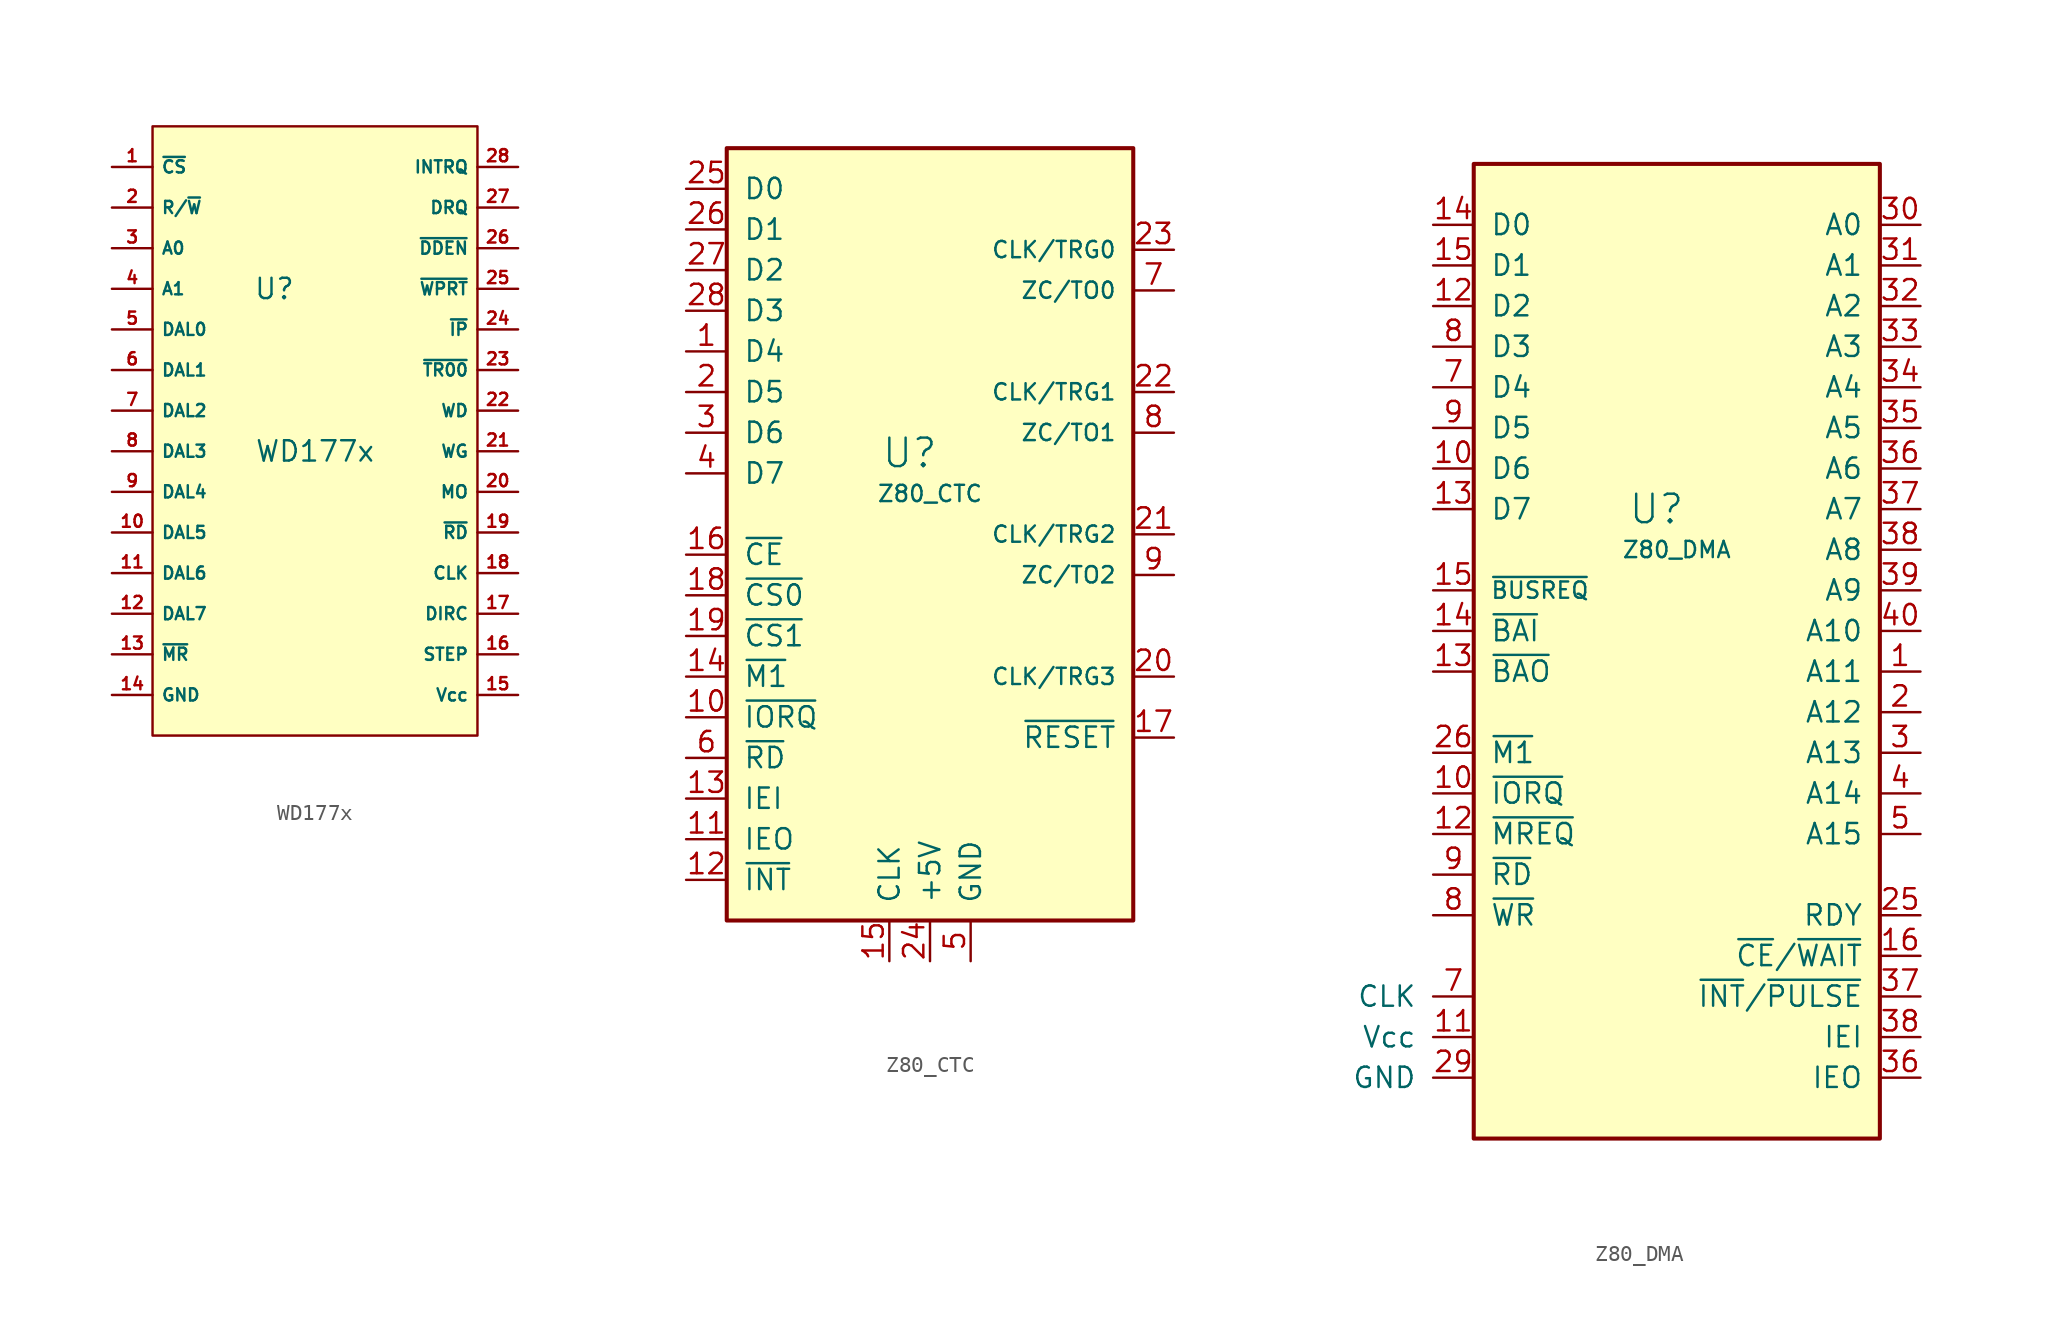
<source format=kicad_sym>
(kicad_symbol_lib
  (version 20211014)
  (generator kicad_symbol_editor)
  (symbol "WD177x"
    (property "Reference" "U"
      (at 20.32 33.02 0)
      (effects (font (size 1.27 1.27))))
    (property "Value" "WD177x"
      (at 22.86 22.86 0)
      (effects (font (size 1.27 1.27))))
    (symbol "WD177x_0_1"
      (rectangle (start 12.7 43.18) (end 33.02 5.08) (stroke (width 0.152) (type default) (color 0 0 0 0)) (fill (type background))))
    (symbol "WD177x_1_1"
      (pin input line (at 10.16 40.64 0) (length 2.54) (name "~{CS}" (effects (font (size 0.762 0.762)))) (number "1" (effects (font (size 0.762 0.762)))))
      (pin bidirectional line (at 10.16 17.78 0) (length 2.54) (name "DAL5" (effects (font (size 0.762 0.762)))) (number "10" (effects (font (size 0.762 0.762)))))
      (pin bidirectional line (at 10.16 15.24 0) (length 2.54) (name "DAL6" (effects (font (size 0.762 0.762)))) (number "11" (effects (font (size 0.762 0.762)))))
      (pin bidirectional line (at 10.16 12.7 0) (length 2.54) (name "DAL7" (effects (font (size 0.762 0.762)))) (number "12" (effects (font (size 0.762 0.762)))))
      (pin input line (at 10.16 10.16 0) (length 2.54) (name "~{MR}" (effects (font (size 0.762 0.762)))) (number "13" (effects (font (size 0.762 0.762)))))
      (pin input line (at 10.16 7.62 0) (length 2.54) (name "GND" (effects (font (size 0.762 0.762)))) (number "14" (effects (font (size 0.762 0.762)))))
      (pin bidirectional line (at 35.56 7.62 180) (length 2.54) (name "Vcc" (effects (font (size 0.762 0.762)))) (number "15" (effects (font (size 0.762 0.762)))))
      (pin output line (at 35.56 10.16 180) (length 2.54) (name "STEP" (effects (font (size 0.762 0.762)))) (number "16" (effects (font (size 0.762 0.762)))))
      (pin output line (at 35.56 12.7 180) (length 2.54) (name "DIRC" (effects (font (size 0.762 0.762)))) (number "17" (effects (font (size 0.762 0.762)))))
      (pin input line (at 35.56 15.24 180) (length 2.54) (name "CLK" (effects (font (size 0.762 0.762)))) (number "18" (effects (font (size 0.762 0.762)))))
      (pin input line (at 35.56 17.78 180) (length 2.54) (name "~{RD}" (effects (font (size 0.762 0.762)))) (number "19" (effects (font (size 0.762 0.762)))))
      (pin input line (at 10.16 38.1 0) (length 2.54) (name "R/~{W}" (effects (font (size 0.762 0.762)))) (number "2" (effects (font (size 0.762 0.762)))))
      (pin output line (at 35.56 20.32 180) (length 2.54) (name "MO" (effects (font (size 0.762 0.762)))) (number "20" (effects (font (size 0.762 0.762)))))
      (pin output line (at 35.56 22.86 180) (length 2.54) (name "WG" (effects (font (size 0.762 0.762)))) (number "21" (effects (font (size 0.762 0.762)))))
      (pin output line (at 35.56 25.4 180) (length 2.54) (name "WD" (effects (font (size 0.762 0.762)))) (number "22" (effects (font (size 0.762 0.762)))))
      (pin input line (at 35.56 27.94 180) (length 2.54) (name "~{TR00}" (effects (font (size 0.762 0.762)))) (number "23" (effects (font (size 0.762 0.762)))))
      (pin input line (at 35.56 30.48 180) (length 2.54) (name "~{IP}" (effects (font (size 0.762 0.762)))) (number "24" (effects (font (size 0.762 0.762)))))
      (pin input line (at 35.56 33.02 180) (length 2.54) (name "~{WPRT}" (effects (font (size 0.762 0.762)))) (number "25" (effects (font (size 0.762 0.762)))))
      (pin input line (at 35.56 35.56 180) (length 2.54) (name "~{DDEN}" (effects (font (size 0.762 0.762)))) (number "26" (effects (font (size 0.762 0.762)))))
      (pin input line (at 35.56 38.1 180) (length 2.54) (name "DRQ" (effects (font (size 0.762 0.762)))) (number "27" (effects (font (size 0.762 0.762)))))
      (pin input line (at 35.56 40.64 180) (length 2.54) (name "INTRQ" (effects (font (size 0.762 0.762)))) (number "28" (effects (font (size 0.762 0.762)))))
      (pin input line (at 10.16 35.56 0) (length 2.54) (name "A0" (effects (font (size 0.762 0.762)))) (number "3" (effects (font (size 0.762 0.762)))))
      (pin input line (at 10.16 33.02 0) (length 2.54) (name "A1" (effects (font (size 0.762 0.762)))) (number "4" (effects (font (size 0.762 0.762)))))
      (pin bidirectional line (at 10.16 30.48 0) (length 2.54) (name "DAL0" (effects (font (size 0.762 0.762)))) (number "5" (effects (font (size 0.762 0.762)))))
      (pin bidirectional line (at 10.16 27.94 0) (length 2.54) (name "DAL1" (effects (font (size 0.762 0.762)))) (number "6" (effects (font (size 0.762 0.762)))))
      (pin bidirectional line (at 10.16 25.4 0) (length 2.54) (name "DAL2" (effects (font (size 0.762 0.762)))) (number "7" (effects (font (size 0.762 0.762)))))
      (pin bidirectional line (at 10.16 22.86 0) (length 2.54) (name "DAL3" (effects (font (size 0.762 0.762)))) (number "8" (effects (font (size 0.762 0.762)))))
      (pin bidirectional line (at 10.16 20.32 0) (length 2.54) (name "DAL4" (effects (font (size 0.762 0.762)))) (number "9" (effects (font (size 0.762 0.762)))))))
  (symbol "Z80_CTC"
    (pin_names
      (offset 1.016))
    (property "Reference" "U"
      (at -1.27 13.97 0)
      (effects (font (size 1.778 1.778))))
    (property "Value" "Z80_CTC"
      (at 0 11.43 0)
      (effects (font (size 1.016 1.016))))
    (symbol "Z80_CTC_0_0"
      (rectangle (start 12.7 33.02) (end -12.7 -15.24) (stroke (width 0.254) (type default) (color 0 0 0 0)) (fill (type background))))
    (symbol "Z80_CTC_1_1"
      (pin bidirectional line (at -15.24 20.32 0) (length 2.54) (name "D4" (effects (font (size 1.27 1.27)))) (number "1" (effects (font (size 1.27 1.27)))))
      (pin input line (at -15.24 -2.54 0) (length 2.54) (name "~{IORQ}" (effects (font (size 1.27 1.27)))) (number "10" (effects (font (size 1.27 1.27)))))
      (pin output line (at -15.24 -10.16 0) (length 2.54) (name "IEO" (effects (font (size 1.27 1.27)))) (number "11" (effects (font (size 1.27 1.27)))))
      (pin output line (at -15.24 -12.7 0) (length 2.54) (name "~{INT}" (effects (font (size 1.27 1.27)))) (number "12" (effects (font (size 1.27 1.27)))))
      (pin input line (at -15.24 -7.62 0) (length 2.54) (name "IEI" (effects (font (size 1.27 1.27)))) (number "13" (effects (font (size 1.27 1.27)))))
      (pin input line (at -15.24 0 0) (length 2.54) (name "~{M1}" (effects (font (size 1.27 1.27)))) (number "14" (effects (font (size 1.27 1.27)))))
      (pin input line (at -2.54 -17.78 90) (length 2.54) (name "CLK" (effects (font (size 1.27 1.27)))) (number "15" (effects (font (size 1.27 1.27)))))
      (pin input line (at -15.24 7.62 0) (length 2.54) (name "~{CE}" (effects (font (size 1.27 1.27)))) (number "16" (effects (font (size 1.27 1.27)))))
      (pin input line (at 15.24 -3.81 180) (length 2.54) (name "~{RESET}" (effects (font (size 1.27 1.27)))) (number "17" (effects (font (size 1.27 1.27)))))
      (pin input line (at -15.24 5.08 0) (length 2.54) (name "~{CS0}" (effects (font (size 1.27 1.27)))) (number "18" (effects (font (size 1.27 1.27)))))
      (pin input line (at -15.24 2.54 0) (length 2.54) (name "~{CS1}" (effects (font (size 1.27 1.27)))) (number "19" (effects (font (size 1.27 1.27)))))
      (pin bidirectional line (at -15.24 17.78 0) (length 2.54) (name "D5" (effects (font (size 1.27 1.27)))) (number "2" (effects (font (size 1.27 1.27)))))
      (pin input line (at 15.24 0 180) (length 2.54) (name "CLK/TRG3" (effects (font (size 1.016 1.016)))) (number "20" (effects (font (size 1.27 1.27)))))
      (pin input line (at 15.24 8.89 180) (length 2.54) (name "CLK/TRG2" (effects (font (size 1.016 1.016)))) (number "21" (effects (font (size 1.27 1.27)))))
      (pin input line (at 15.24 17.78 180) (length 2.54) (name "CLK/TRG1" (effects (font (size 1.016 1.016)))) (number "22" (effects (font (size 1.27 1.27)))))
      (pin input line (at 15.24 26.67 180) (length 2.54) (name "CLK/TRG0" (effects (font (size 1.016 1.016)))) (number "23" (effects (font (size 1.27 1.27)))))
      (pin power_in line (at 0 -17.78 90) (length 2.54) (name "+5V" (effects (font (size 1.27 1.27)))) (number "24" (effects (font (size 1.27 1.27)))))
      (pin bidirectional line (at -15.24 30.48 0) (length 2.54) (name "D0" (effects (font (size 1.27 1.27)))) (number "25" (effects (font (size 1.27 1.27)))))
      (pin bidirectional line (at -15.24 27.94 0) (length 2.54) (name "D1" (effects (font (size 1.27 1.27)))) (number "26" (effects (font (size 1.27 1.27)))))
      (pin bidirectional line (at -15.24 25.4 0) (length 2.54) (name "D2" (effects (font (size 1.27 1.27)))) (number "27" (effects (font (size 1.27 1.27)))))
      (pin bidirectional line (at -15.24 22.86 0) (length 2.54) (name "D3" (effects (font (size 1.27 1.27)))) (number "28" (effects (font (size 1.27 1.27)))))
      (pin bidirectional line (at -15.24 15.24 0) (length 2.54) (name "D6" (effects (font (size 1.27 1.27)))) (number "3" (effects (font (size 1.27 1.27)))))
      (pin bidirectional line (at -15.24 12.7 0) (length 2.54) (name "D7" (effects (font (size 1.27 1.27)))) (number "4" (effects (font (size 1.27 1.27)))))
      (pin power_in line (at 2.54 -17.78 90) (length 2.54) (name "GND" (effects (font (size 1.27 1.27)))) (number "5" (effects (font (size 1.27 1.27)))))
      (pin input line (at -15.24 -5.08 0) (length 2.54) (name "~{RD}" (effects (font (size 1.27 1.27)))) (number "6" (effects (font (size 1.27 1.27)))))
      (pin output line (at 15.24 24.13 180) (length 2.54) (name "ZC/TO0" (effects (font (size 1.016 1.016)))) (number "7" (effects (font (size 1.27 1.27)))))
      (pin output line (at 15.24 15.24 180) (length 2.54) (name "ZC/TO1" (effects (font (size 1.016 1.016)))) (number "8" (effects (font (size 1.27 1.27)))))
      (pin output line (at 15.24 6.35 180) (length 2.54) (name "ZC/TO2" (effects (font (size 1.016 1.016)))) (number "9" (effects (font (size 1.27 1.27)))))))
  (symbol "Z80_DMA"
    (pin_names
      (offset 1.016))
    (property "Reference" "U"
      (at -1.27 8.89 0)
      (effects (font (size 1.778 1.778))))
    (property "Value" "Z80_DMA"
      (at 0 6.35 0)
      (effects (font (size 1.016 1.016))))
    (symbol "Z80_DMA_1_1"
      (rectangle (start -12.7 30.48) (end 12.7 -30.48) (stroke (width 0.254) (type default) (color 0 0 0 0)) (fill (type background)))
      (pin output line (at 15.24 -1.27 180) (length 2.54) (name "A11" (effects (font (size 1.27 1.27)))) (number "1" (effects (font (size 1.27 1.27)))))
      (pin bidirectional line (at -15.24 11.43 0) (length 2.54) (name "D6" (effects (font (size 1.27 1.27)))) (number "10" (effects (font (size 1.27 1.27)))))
      (pin bidirectional line (at -15.24 -8.89 0) (length 2.54) (name "~{IORQ}" (effects (font (size 1.27 1.27)))) (number "10" (effects (font (size 1.27 1.27)))))
      (pin power_in line (at -12.7 -24.13 180) (length 2.54) (name "Vcc" (effects (font (size 1.27 1.27)))) (number "11" (effects (font (size 1.27 1.27)))))
      (pin bidirectional line (at -15.24 21.59 0) (length 2.54) (name "D2" (effects (font (size 1.27 1.27)))) (number "12" (effects (font (size 1.27 1.27)))))
      (pin output line (at -15.24 -11.43 0) (length 2.54) (name "~{MREQ}" (effects (font (size 1.27 1.27)))) (number "12" (effects (font (size 1.27 1.27)))))
      (pin bidirectional line (at -15.24 8.89 0) (length 2.54) (name "D7" (effects (font (size 1.27 1.27)))) (number "13" (effects (font (size 1.27 1.27)))))
      (pin output line (at -15.24 -1.27 0) (length 2.54) (name "~{BAO}" (effects (font (size 1.27 1.27)))) (number "13" (effects (font (size 1.27 1.27)))))
      (pin bidirectional line (at -15.24 26.67 0) (length 2.54) (name "D0" (effects (font (size 1.27 1.27)))) (number "14" (effects (font (size 1.27 1.27)))))
      (pin input line (at -15.24 1.27 0) (length 2.54) (name "~{BAI}" (effects (font (size 1.27 1.27)))) (number "14" (effects (font (size 1.27 1.27)))))
      (pin bidirectional line (at -15.24 24.13 0) (length 2.54) (name "D1" (effects (font (size 1.27 1.27)))) (number "15" (effects (font (size 1.27 1.27)))))
      (pin bidirectional line (at -15.24 3.81 0) (length 2.54) (name "~{BUSREQ}" (effects (font (size 1.016 1.016)))) (number "15" (effects (font (size 1.27 1.27)))))
      (pin input line (at 15.24 -19.05 180) (length 2.54) (name "~{CE}/~{WAIT}" (effects (font (size 1.27 1.27)))) (number "16" (effects (font (size 1.27 1.27)))))
      (pin output line (at 15.24 -3.81 180) (length 2.54) (name "A12" (effects (font (size 1.27 1.27)))) (number "2" (effects (font (size 1.27 1.27)))))
      (pin input line (at 15.24 -16.51 180) (length 2.54) (name "RDY" (effects (font (size 1.27 1.27)))) (number "25" (effects (font (size 1.27 1.27)))))
      (pin input line (at -15.24 -6.35 0) (length 2.54) (name "~{M1}" (effects (font (size 1.27 1.27)))) (number "26" (effects (font (size 1.27 1.27)))))
      (pin power_in line (at -12.7 -26.67 180) (length 2.54) (name "GND" (effects (font (size 1.27 1.27)))) (number "29" (effects (font (size 1.27 1.27)))))
      (pin output line (at 15.24 -6.35 180) (length 2.54) (name "A13" (effects (font (size 1.27 1.27)))) (number "3" (effects (font (size 1.27 1.27)))))
      (pin output line (at 15.24 26.67 180) (length 2.54) (name "A0" (effects (font (size 1.27 1.27)))) (number "30" (effects (font (size 1.27 1.27)))))
      (pin output line (at 15.24 24.13 180) (length 2.54) (name "A1" (effects (font (size 1.27 1.27)))) (number "31" (effects (font (size 1.27 1.27)))))
      (pin output line (at 15.24 21.59 180) (length 2.54) (name "A2" (effects (font (size 1.27 1.27)))) (number "32" (effects (font (size 1.27 1.27)))))
      (pin output line (at 15.24 19.05 180) (length 2.54) (name "A3" (effects (font (size 1.27 1.27)))) (number "33" (effects (font (size 1.27 1.27)))))
      (pin output line (at 15.24 16.51 180) (length 2.54) (name "A4" (effects (font (size 1.27 1.27)))) (number "34" (effects (font (size 1.27 1.27)))))
      (pin output line (at 15.24 13.97 180) (length 2.54) (name "A5" (effects (font (size 1.27 1.27)))) (number "35" (effects (font (size 1.27 1.27)))))
      (pin output line (at 15.24 11.43 180) (length 2.54) (name "A6" (effects (font (size 1.27 1.27)))) (number "36" (effects (font (size 1.27 1.27)))))
      (pin output line (at 15.24 -26.67 180) (length 2.54) (name "IEO" (effects (font (size 1.27 1.27)))) (number "36" (effects (font (size 1.27 1.27)))))
      (pin output line (at 15.24 8.89 180) (length 2.54) (name "A7" (effects (font (size 1.27 1.27)))) (number "37" (effects (font (size 1.27 1.27)))))
      (pin output line (at 15.24 -21.59 180) (length 2.54) (name "~{INT}/~{PULSE}" (effects (font (size 1.27 1.27)))) (number "37" (effects (font (size 1.27 1.27)))))
      (pin output line (at 15.24 6.35 180) (length 2.54) (name "A8" (effects (font (size 1.27 1.27)))) (number "38" (effects (font (size 1.27 1.27)))))
      (pin input line (at 15.24 -24.13 180) (length 2.54) (name "IEI" (effects (font (size 1.27 1.27)))) (number "38" (effects (font (size 1.27 1.27)))))
      (pin output line (at 15.24 3.81 180) (length 2.54) (name "A9" (effects (font (size 1.27 1.27)))) (number "39" (effects (font (size 1.27 1.27)))))
      (pin output line (at 15.24 -8.89 180) (length 2.54) (name "A14" (effects (font (size 1.27 1.27)))) (number "4" (effects (font (size 1.27 1.27)))))
      (pin output line (at 15.24 1.27 180) (length 2.54) (name "A10" (effects (font (size 1.27 1.27)))) (number "40" (effects (font (size 1.27 1.27)))))
      (pin output line (at 15.24 -11.43 180) (length 2.54) (name "A15" (effects (font (size 1.27 1.27)))) (number "5" (effects (font (size 1.27 1.27)))))
      (pin input line (at -12.7 -21.59 180) (length 2.54) (name "CLK" (effects (font (size 1.27 1.27)))) (number "7" (effects (font (size 1.27 1.27)))))
      (pin bidirectional line (at -15.24 16.51 0) (length 2.54) (name "D4" (effects (font (size 1.27 1.27)))) (number "7" (effects (font (size 1.27 1.27)))))
      (pin bidirectional line (at -15.24 19.05 0) (length 2.54) (name "D3" (effects (font (size 1.27 1.27)))) (number "8" (effects (font (size 1.27 1.27)))))
      (pin bidirectional line (at -15.24 -16.51 0) (length 2.54) (name "~{WR}" (effects (font (size 1.27 1.27)))) (number "8" (effects (font (size 1.27 1.27)))))
      (pin bidirectional line (at -15.24 13.97 0) (length 2.54) (name "D5" (effects (font (size 1.27 1.27)))) (number "9" (effects (font (size 1.27 1.27)))))
      (pin bidirectional line (at -15.24 -13.97 0) (length 2.54) (name "~{RD}" (effects (font (size 1.27 1.27)))) (number "9" (effects (font (size 1.27 1.27))))))))
</source>
